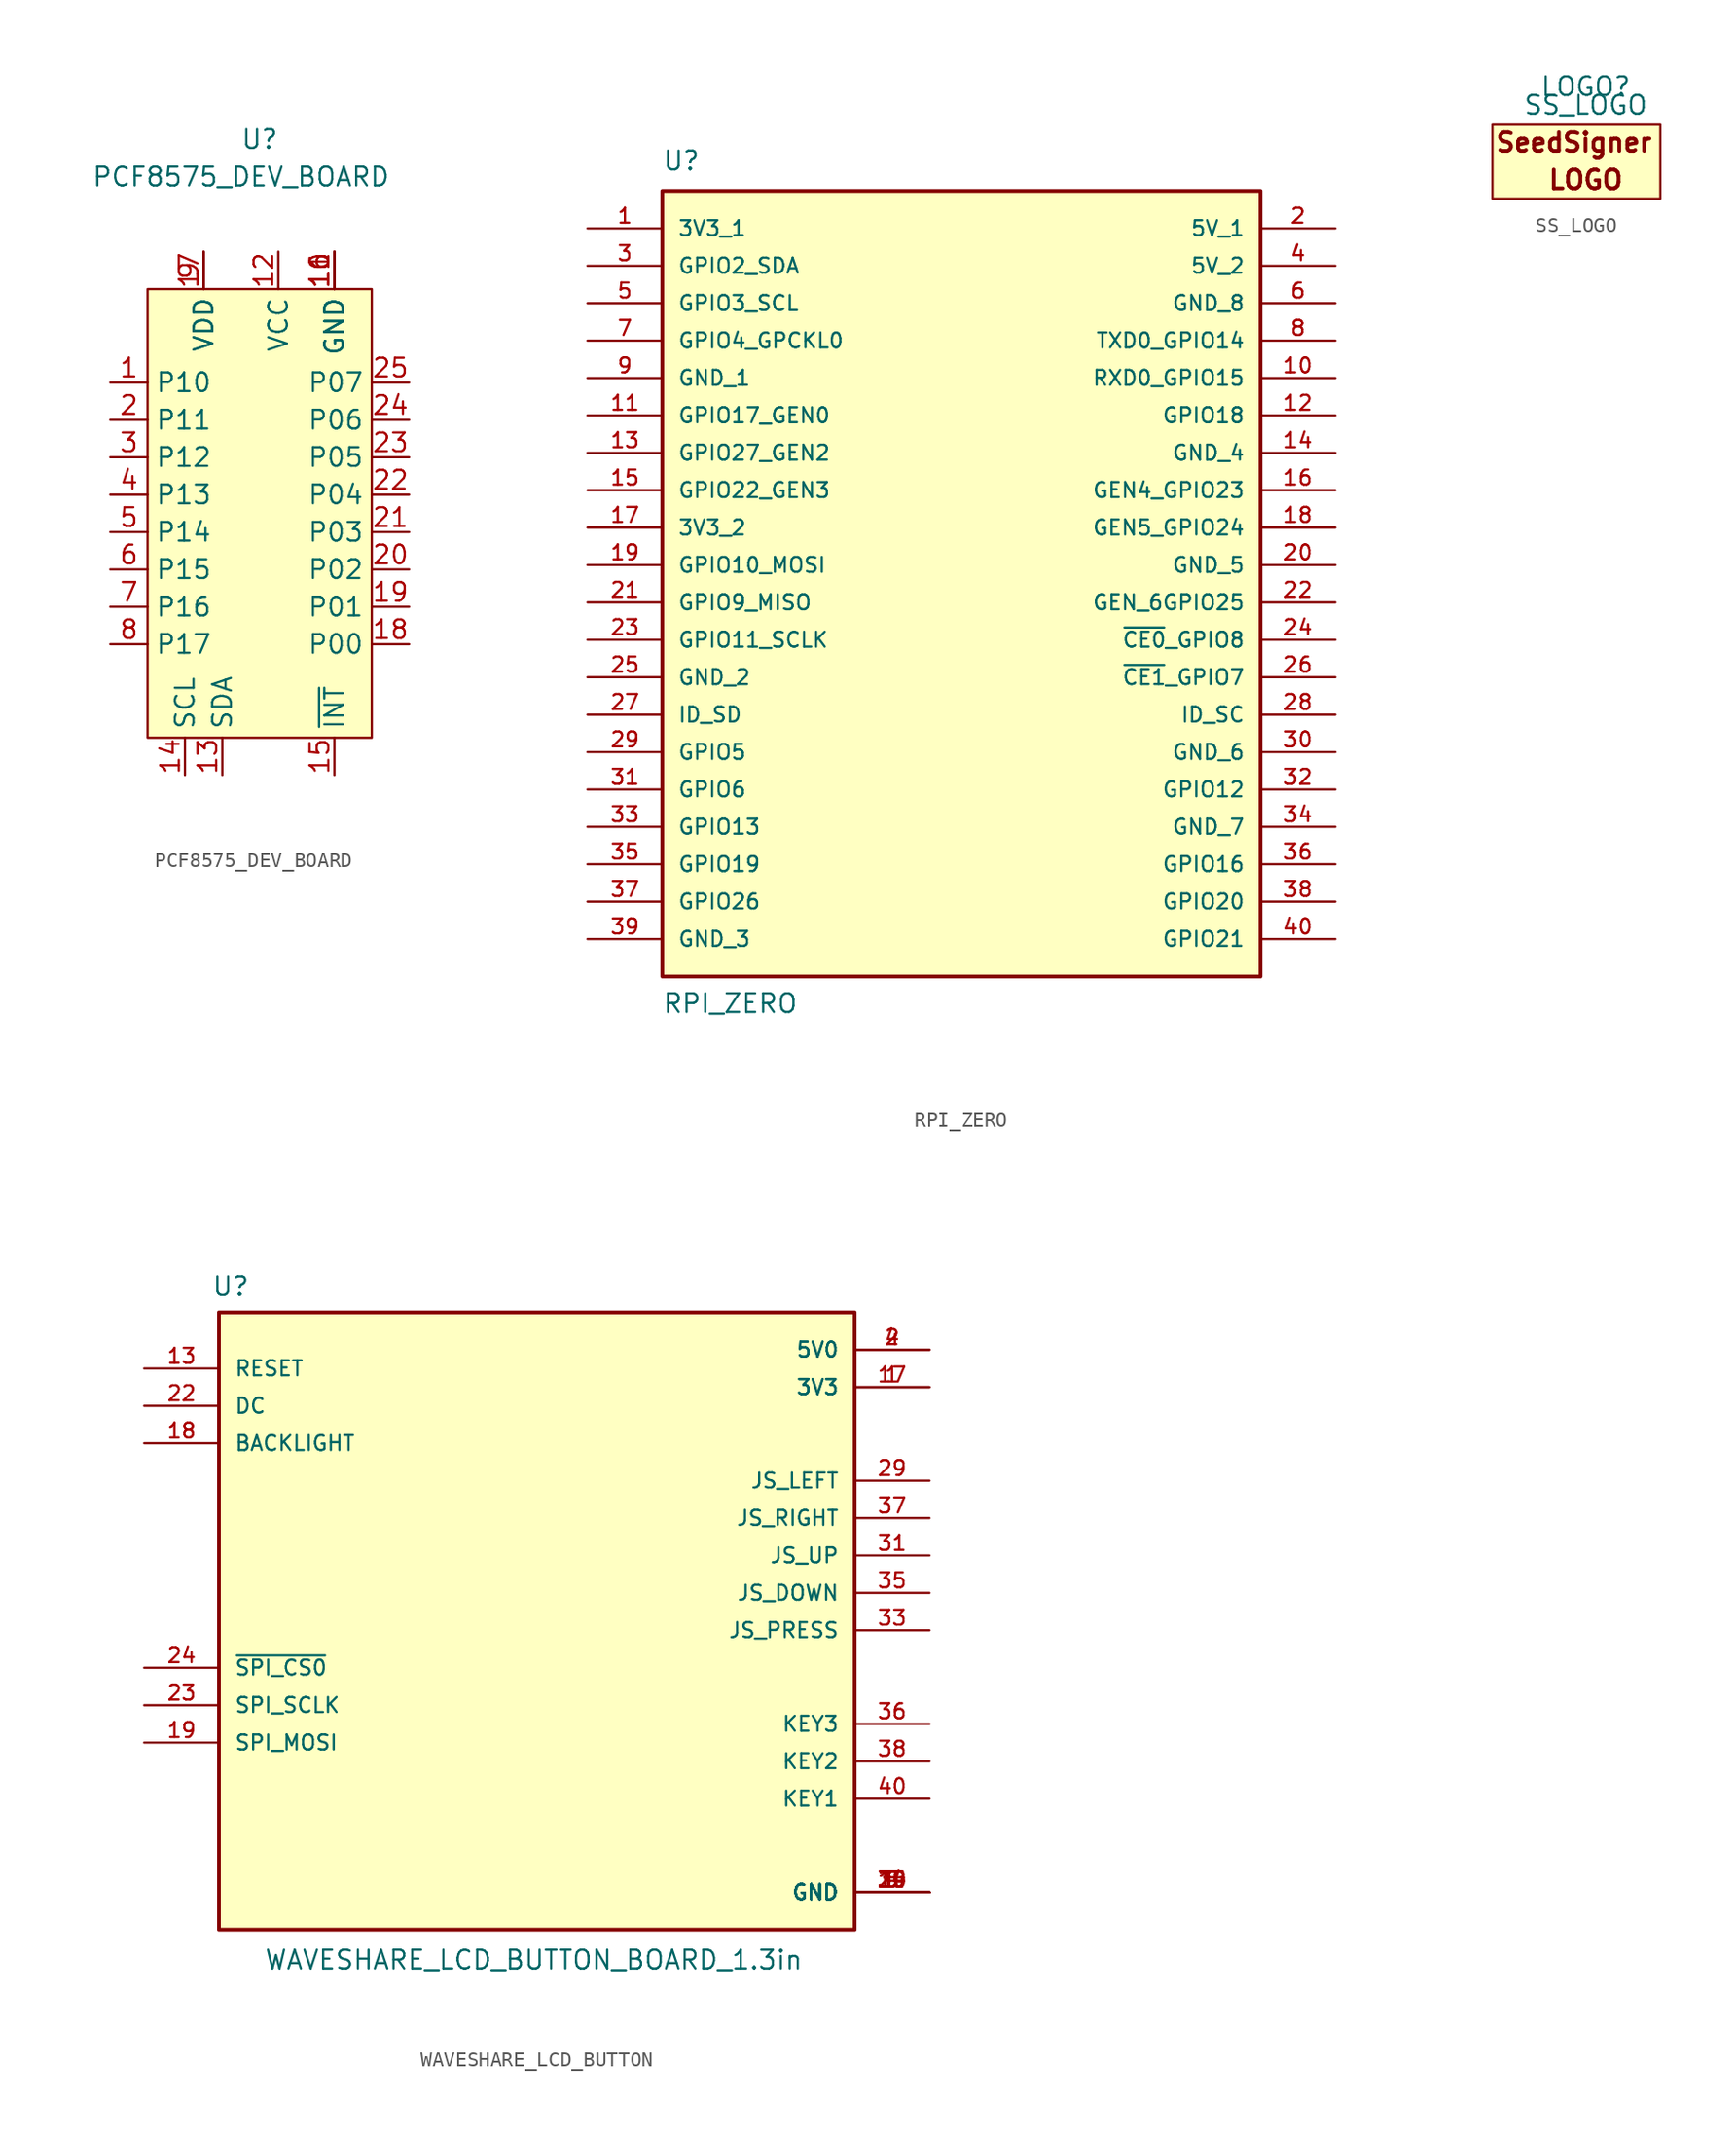
<source format=kicad_sym>
(kicad_symbol_lib
  (version 20241209)
  (generator "kicad_symbol_editor")
  (generator_version "9.0")
  (symbol "PCF8575_DEV_BOARD"
    (property "Reference" "U"
      (at 2.54 36.83 0)
      (effects (font (size 1.27 1.27))))
    (property "Value" "PCF8575_DEV_BOARD"
      (at 1.27 34.29 0)
      (effects (font (size 1.27 1.27))))
    (symbol "PCF8575_DEV_BOARD_0_1"
      (rectangle (start -5.08 26.67) (end 10.16 -3.81) (stroke (width 0) (type default)) (fill (type background))))
    (symbol "PCF8575_DEV_BOARD_1_1"
      (pin input line (at -7.62 20.32 0) (length 2.54) (name "P10" (effects (font (size 1.27 1.27)))) (number "1" (effects (font (size 1.27 1.27)))))
      (pin input line (at -7.62 17.78 0) (length 2.54) (name "P11" (effects (font (size 1.27 1.27)))) (number "2" (effects (font (size 1.27 1.27)))))
      (pin input line (at -7.62 15.24 0) (length 2.54) (name "P12" (effects (font (size 1.27 1.27)))) (number "3" (effects (font (size 1.27 1.27)))))
      (pin input line (at -7.62 12.7 0) (length 2.54) (name "P13" (effects (font (size 1.27 1.27)))) (number "4" (effects (font (size 1.27 1.27)))))
      (pin input line (at -7.62 10.16 0) (length 2.54) (name "P14" (effects (font (size 1.27 1.27)))) (number "5" (effects (font (size 1.27 1.27)))))
      (pin input line (at -7.62 7.62 0) (length 2.54) (name "P15" (effects (font (size 1.27 1.27)))) (number "6" (effects (font (size 1.27 1.27)))))
      (pin input line (at -7.62 5.08 0) (length 2.54) (name "P16" (effects (font (size 1.27 1.27)))) (number "7" (effects (font (size 1.27 1.27)))))
      (pin input line (at -7.62 2.54 0) (length 2.54) (name "P17" (effects (font (size 1.27 1.27)))) (number "8" (effects (font (size 1.27 1.27)))))
      (pin input line (at -2.54 -6.35 90) (length 2.54) (name "SCL" (effects (font (size 1.27 1.27)))) (number "14" (effects (font (size 1.27 1.27)))))
      (pin input line (at -1.27 29.21 270) (length 2.54) (name "VDD" (effects (font (size 1.27 1.27)))) (number "17" (effects (font (size 1.27 1.27)))))
      (pin input line (at -1.27 29.21 270) (length 2.54) (name "VDD" (effects (font (size 1.27 1.27)))) (number "9" (effects (font (size 1.27 1.27)))))
      (pin input line (at 0 -6.35 90) (length 2.54) (name "SDA" (effects (font (size 1.27 1.27)))) (number "13" (effects (font (size 1.27 1.27)))))
      (pin input line (at 3.81 29.21 270) (length 2.54) (name "VCC" (effects (font (size 1.27 1.27)))) (number "12" (effects (font (size 1.27 1.27)))))
      (pin input line (at 7.62 29.21 270) (length 2.54) (name "GND" (effects (font (size 1.27 1.27)))) (number "10" (effects (font (size 1.27 1.27)))))
      (pin input line (at 7.62 29.21 270) (length 2.54) (name "GND" (effects (font (size 1.27 1.27)))) (number "11" (effects (font (size 1.27 1.27)))))
      (pin input line (at 7.62 29.21 270) (length 2.54) (name "GND" (effects (font (size 1.27 1.27)))) (number "16" (effects (font (size 1.27 1.27)))))
      (pin input line (at 7.62 -6.35 90) (length 2.54) (name "~{INT}" (effects (font (size 1.27 1.27)))) (number "15" (effects (font (size 1.27 1.27)))))
      (pin input line (at 12.7 20.32 180) (length 2.54) (name "P07" (effects (font (size 1.27 1.27)))) (number "25" (effects (font (size 1.27 1.27)))))
      (pin input line (at 12.7 17.78 180) (length 2.54) (name "P06" (effects (font (size 1.27 1.27)))) (number "24" (effects (font (size 1.27 1.27)))))
      (pin input line (at 12.7 15.24 180) (length 2.54) (name "P05" (effects (font (size 1.27 1.27)))) (number "23" (effects (font (size 1.27 1.27)))))
      (pin input line (at 12.7 12.7 180) (length 2.54) (name "P04" (effects (font (size 1.27 1.27)))) (number "22" (effects (font (size 1.27 1.27)))))
      (pin input line (at 12.7 10.16 180) (length 2.54) (name "P03" (effects (font (size 1.27 1.27)))) (number "21" (effects (font (size 1.27 1.27)))))
      (pin input line (at 12.7 7.62 180) (length 2.54) (name "P02" (effects (font (size 1.27 1.27)))) (number "20" (effects (font (size 1.27 1.27)))))
      (pin input line (at 12.7 5.08 180) (length 2.54) (name "P01" (effects (font (size 1.27 1.27)))) (number "19" (effects (font (size 1.27 1.27)))))
      (pin input line (at 12.7 2.54 180) (length 2.54) (name "P00" (effects (font (size 1.27 1.27)))) (number "18" (effects (font (size 1.27 1.27)))))))
  (symbol "RPI_ZERO"
    (pin_names
      (offset 1.016))
    (property "Reference" "U"
      (at -20.34 26.696 0)
      (effects (font (size 1.27 1.27)) (justify left bottom)))
    (property "Value" "RPI_ZERO"
      (at -20.339 -30.509 0)
      (effects (font (size 1.27 1.27)) (justify left bottom)))
    (symbol "RPI_ZERO_0_0"
      (rectangle (start -20.32 -27.94) (end 20.32 25.4) (stroke (width 0.254) (type default)) (fill (type background)))
      (pin power_in line (at -25.4 22.86 0) (length 5.08) (name "3V3_1" (effects (font (size 1.016 1.016)))) (number "1" (effects (font (size 1.016 1.016)))))
      (pin bidirectional line (at -25.4 20.32 0) (length 5.08) (name "GPIO2_SDA" (effects (font (size 1.016 1.016)))) (number "3" (effects (font (size 1.016 1.016)))))
      (pin bidirectional line (at -25.4 17.78 0) (length 5.08) (name "GPIO3_SCL" (effects (font (size 1.016 1.016)))) (number "5" (effects (font (size 1.016 1.016)))))
      (pin bidirectional line (at -25.4 15.24 0) (length 5.08) (name "GPIO4_GPCKL0" (effects (font (size 1.016 1.016)))) (number "7" (effects (font (size 1.016 1.016)))))
      (pin power_in line (at -25.4 12.7 0) (length 5.08) (name "GND_1" (effects (font (size 1.016 1.016)))) (number "9" (effects (font (size 1.016 1.016)))))
      (pin bidirectional line (at -25.4 10.16 0) (length 5.08) (name "GPIO17_GEN0" (effects (font (size 1.016 1.016)))) (number "11" (effects (font (size 1.016 1.016)))))
      (pin bidirectional line (at -25.4 7.62 0) (length 5.08) (name "GPIO27_GEN2" (effects (font (size 1.016 1.016)))) (number "13" (effects (font (size 1.016 1.016)))))
      (pin bidirectional line (at -25.4 5.08 0) (length 5.08) (name "GPIO22_GEN3" (effects (font (size 1.016 1.016)))) (number "15" (effects (font (size 1.016 1.016)))))
      (pin power_in line (at -25.4 2.54 0) (length 5.08) (name "3V3_2" (effects (font (size 1.016 1.016)))) (number "17" (effects (font (size 1.016 1.016)))))
      (pin bidirectional line (at -25.4 0 0) (length 5.08) (name "GPIO10_MOSI" (effects (font (size 1.016 1.016)))) (number "19" (effects (font (size 1.016 1.016)))))
      (pin bidirectional line (at -25.4 -2.54 0) (length 5.08) (name "GPIO9_MISO" (effects (font (size 1.016 1.016)))) (number "21" (effects (font (size 1.016 1.016)))))
      (pin bidirectional line (at -25.4 -5.08 0) (length 5.08) (name "GPIO11_SCLK" (effects (font (size 1.016 1.016)))) (number "23" (effects (font (size 1.016 1.016)))))
      (pin power_in line (at -25.4 -7.62 0) (length 5.08) (name "GND_2" (effects (font (size 1.016 1.016)))) (number "25" (effects (font (size 1.016 1.016)))))
      (pin bidirectional line (at -25.4 -10.16 0) (length 5.08) (name "ID_SD" (effects (font (size 1.016 1.016)))) (number "27" (effects (font (size 1.016 1.016)))))
      (pin bidirectional line (at -25.4 -12.7 0) (length 5.08) (name "GPIO5" (effects (font (size 1.016 1.016)))) (number "29" (effects (font (size 1.016 1.016)))))
      (pin bidirectional line (at -25.4 -15.24 0) (length 5.08) (name "GPIO6" (effects (font (size 1.016 1.016)))) (number "31" (effects (font (size 1.016 1.016)))))
      (pin bidirectional line (at -25.4 -17.78 0) (length 5.08) (name "GPIO13" (effects (font (size 1.016 1.016)))) (number "33" (effects (font (size 1.016 1.016)))))
      (pin bidirectional line (at -25.4 -20.32 0) (length 5.08) (name "GPIO19" (effects (font (size 1.016 1.016)))) (number "35" (effects (font (size 1.016 1.016)))))
      (pin bidirectional line (at -25.4 -22.86 0) (length 5.08) (name "GPIO26" (effects (font (size 1.016 1.016)))) (number "37" (effects (font (size 1.016 1.016)))))
      (pin power_in line (at -25.4 -25.4 0) (length 5.08) (name "GND_3" (effects (font (size 1.016 1.016)))) (number "39" (effects (font (size 1.016 1.016)))))
      (pin power_in line (at 25.4 22.86 180) (length 5.08) (name "5V_1" (effects (font (size 1.016 1.016)))) (number "2" (effects (font (size 1.016 1.016)))))
      (pin power_in line (at 25.4 20.32 180) (length 5.08) (name "5V_2" (effects (font (size 1.016 1.016)))) (number "4" (effects (font (size 1.016 1.016)))))
      (pin power_in line (at 25.4 17.78 180) (length 5.08) (name "GND_8" (effects (font (size 1.016 1.016)))) (number "6" (effects (font (size 1.016 1.016)))))
      (pin bidirectional line (at 25.4 15.24 180) (length 5.08) (name "TXD0_GPIO14" (effects (font (size 1.016 1.016)))) (number "8" (effects (font (size 1.016 1.016)))))
      (pin bidirectional line (at 25.4 12.7 180) (length 5.08) (name "RXD0_GPIO15" (effects (font (size 1.016 1.016)))) (number "10" (effects (font (size 1.016 1.016)))))
      (pin bidirectional line (at 25.4 10.16 180) (length 5.08) (name "GPIO18" (effects (font (size 1.016 1.016)))) (number "12" (effects (font (size 1.016 1.016)))))
      (pin power_in line (at 25.4 7.62 180) (length 5.08) (name "GND_4" (effects (font (size 1.016 1.016)))) (number "14" (effects (font (size 1.016 1.016)))))
      (pin bidirectional line (at 25.4 5.08 180) (length 5.08) (name "GEN4_GPIO23" (effects (font (size 1.016 1.016)))) (number "16" (effects (font (size 1.016 1.016)))))
      (pin bidirectional line (at 25.4 2.54 180) (length 5.08) (name "GEN5_GPIO24" (effects (font (size 1.016 1.016)))) (number "18" (effects (font (size 1.016 1.016)))))
      (pin power_in line (at 25.4 0 180) (length 5.08) (name "GND_5" (effects (font (size 1.016 1.016)))) (number "20" (effects (font (size 1.016 1.016)))))
      (pin bidirectional line (at 25.4 -2.54 180) (length 5.08) (name "GEN_6GPIO25" (effects (font (size 1.016 1.016)))) (number "22" (effects (font (size 1.016 1.016)))))
      (pin bidirectional line (at 25.4 -5.08 180) (length 5.08) (name "~{CE0}_GPIO8" (effects (font (size 1.016 1.016)))) (number "24" (effects (font (size 1.016 1.016)))))
      (pin bidirectional line (at 25.4 -7.62 180) (length 5.08) (name "~{CE1}_GPIO7" (effects (font (size 1.016 1.016)))) (number "26" (effects (font (size 1.016 1.016)))))
      (pin bidirectional line (at 25.4 -10.16 180) (length 5.08) (name "ID_SC" (effects (font (size 1.016 1.016)))) (number "28" (effects (font (size 1.016 1.016)))))
      (pin power_in line (at 25.4 -12.7 180) (length 5.08) (name "GND_6" (effects (font (size 1.016 1.016)))) (number "30" (effects (font (size 1.016 1.016)))))
      (pin bidirectional line (at 25.4 -15.24 180) (length 5.08) (name "GPIO12" (effects (font (size 1.016 1.016)))) (number "32" (effects (font (size 1.016 1.016)))))
      (pin power_in line (at 25.4 -17.78 180) (length 5.08) (name "GND_7" (effects (font (size 1.016 1.016)))) (number "34" (effects (font (size 1.016 1.016)))))
      (pin bidirectional line (at 25.4 -20.32 180) (length 5.08) (name "GPIO16" (effects (font (size 1.016 1.016)))) (number "36" (effects (font (size 1.016 1.016)))))
      (pin bidirectional line (at 25.4 -22.86 180) (length 5.08) (name "GPIO20" (effects (font (size 1.016 1.016)))) (number "38" (effects (font (size 1.016 1.016)))))
      (pin bidirectional line (at 25.4 -25.4 180) (length 5.08) (name "GPIO21" (effects (font (size 1.016 1.016)))) (number "40" (effects (font (size 1.016 1.016)))))))
  (symbol "SS_LOGO"
    (pin_numbers
      (hide yes))
    (pin_names
      (offset 0)
      (hide yes))
    (property "Reference" "LOGO"
      (at 0 3.81 0)
      (effects (font (size 1.27 1.27))))
    (property "Value" "SS_LOGO"
      (at 0 2.54 0)
      (effects (font (size 1.27 1.27))))
    (symbol "SS_LOGO_0_0"
      (text "SeedSigner" (at -0.8 0 0) (effects (font (size 1.27 1.27) (bold yes))))
      (text "LOGO" (at 0 -2.54 0) (effects (font (size 1.27 1.27) (bold yes)))))
    (symbol "SS_LOGO_0_1"
      (rectangle (start 5.08 1.27) (end -6.35 -3.81) (stroke (width 0) (type default)) (fill (type background)))))
  (symbol "WAVESHARE_LCD_BUTTON"
    (pin_names
      (offset 1.016))
    (property "Reference" "U"
      (at -23.368 21.336 0)
      (effects (font (size 1.27 1.27)) (justify left bottom)))
    (property "Value" "WAVESHARE_LCD_BUTTON_BOARD_1.3in"
      (at -19.812 -24.384 0)
      (effects (font (size 1.27 1.27)) (justify left bottom)))
    (symbol "WAVESHARE_LCD_BUTTON_0_0"
      (rectangle (start -22.86 20.32) (end 20.32 -21.59) (stroke (width 0.254) (type default)) (fill (type background)))
      (pin power_in line (at 25.4 17.78 180) (length 5.08) (name "5V0" (effects (font (size 1.016 1.016)))) (number "2" (effects (font (size 1.016 1.016)))))
      (pin power_in line (at 25.4 17.78 180) (length 5.08) (name "5V0" (effects (font (size 1.016 1.016)))) (number "4" (effects (font (size 1.016 1.016)))))
      (pin power_in line (at 25.4 15.24 180) (length 5.08) (name "3V3" (effects (font (size 1.016 1.016)))) (number "1" (effects (font (size 1.016 1.016)))))
      (pin power_in line (at 25.4 15.24 180) (length 5.08) (name "3V3" (effects (font (size 1.016 1.016)))) (number "17" (effects (font (size 1.016 1.016)))))
      (pin power_in line (at 25.4 -19.05 180) (length 5.08) (name "GND" (effects (font (size 1.016 1.016)))) (number "14" (effects (font (size 1.016 1.016)))))
      (pin power_in line (at 25.4 -19.05 180) (length 5.08) (name "GND" (effects (font (size 1.016 1.016)))) (number "20" (effects (font (size 1.016 1.016)))))
      (pin power_in line (at 25.4 -19.05 180) (length 5.08) (name "GND" (effects (font (size 1.016 1.016)))) (number "25" (effects (font (size 1.016 1.016)))))
      (pin power_in line (at 25.4 -19.05 180) (length 5.08) (name "GND" (effects (font (size 1.016 1.016)))) (number "30" (effects (font (size 1.016 1.016)))))
      (pin power_in line (at 25.4 -19.05 180) (length 5.08) (name "GND" (effects (font (size 1.016 1.016)))) (number "34" (effects (font (size 1.016 1.016)))))
      (pin power_in line (at 25.4 -19.05 180) (length 5.08) (name "GND" (effects (font (size 1.016 1.016)))) (number "39" (effects (font (size 1.016 1.016)))))
      (pin power_in line (at 25.4 -19.05 180) (length 5.08) (name "GND" (effects (font (size 1.016 1.016)))) (number "6" (effects (font (size 1.016 1.016)))))
      (pin power_in line (at 25.4 -19.05 180) (length 5.08) (name "GND" (effects (font (size 1.016 1.016)))) (number "9" (effects (font (size 1.016 1.016))))))
    (symbol "WAVESHARE_LCD_BUTTON_1_0"
      (pin bidirectional line (at -27.94 16.51 0) (length 5.08) (name "RESET" (effects (font (size 1.016 1.016)))) (number "13" (effects (font (size 1.016 1.016)))))
      (pin bidirectional line (at -27.94 13.97 0) (length 5.08) (name "DC" (effects (font (size 1.016 1.016)))) (number "22" (effects (font (size 1.016 1.016)))))
      (pin bidirectional line (at -27.94 11.43 0) (length 5.08) (name "BACKLIGHT" (effects (font (size 1.016 1.016)))) (number "18" (effects (font (size 1.016 1.016)))))
      (pin bidirectional line (at -27.94 -3.81 0) (length 5.08) (name "~{SPI_CS0}" (effects (font (size 1.016 1.016)))) (number "24" (effects (font (size 1.016 1.016)))))
      (pin bidirectional line (at -27.94 -6.35 0) (length 5.08) (name "SPI_SCLK" (effects (font (size 1.016 1.016)))) (number "23" (effects (font (size 1.016 1.016)))))
      (pin bidirectional line (at -27.94 -8.89 0) (length 5.08) (name "SPI_MOSI" (effects (font (size 1.016 1.016)))) (number "19" (effects (font (size 1.016 1.016)))))
      (pin bidirectional line (at 25.4 8.89 180) (length 5.08) (name "JS_LEFT" (effects (font (size 1.016 1.016)))) (number "29" (effects (font (size 1.016 1.016)))))
      (pin bidirectional line (at 25.4 6.35 180) (length 5.08) (name "JS_RIGHT" (effects (font (size 1.016 1.016)))) (number "37" (effects (font (size 1.016 1.016)))))
      (pin bidirectional line (at 25.4 3.81 180) (length 5.08) (name "JS_UP" (effects (font (size 1.016 1.016)))) (number "31" (effects (font (size 1.016 1.016)))))
      (pin bidirectional line (at 25.4 1.27 180) (length 5.08) (name "JS_DOWN" (effects (font (size 1.016 1.016)))) (number "35" (effects (font (size 1.016 1.016)))))
      (pin bidirectional line (at 25.4 -1.27 180) (length 5.08) (name "JS_PRESS" (effects (font (size 1.016 1.016)))) (number "33" (effects (font (size 1.016 1.016)))))
      (pin bidirectional line (at 25.4 -7.62 180) (length 5.08) (name "KEY3" (effects (font (size 1.016 1.016)))) (number "36" (effects (font (size 1.016 1.016)))))
      (pin bidirectional line (at 25.4 -10.16 180) (length 5.08) (name "KEY2" (effects (font (size 1.016 1.016)))) (number "38" (effects (font (size 1.016 1.016)))))
      (pin bidirectional line (at 25.4 -12.7 180) (length 5.08) (name "KEY1" (effects (font (size 1.016 1.016)))) (number "40" (effects (font (size 1.016 1.016))))))))
</source>
